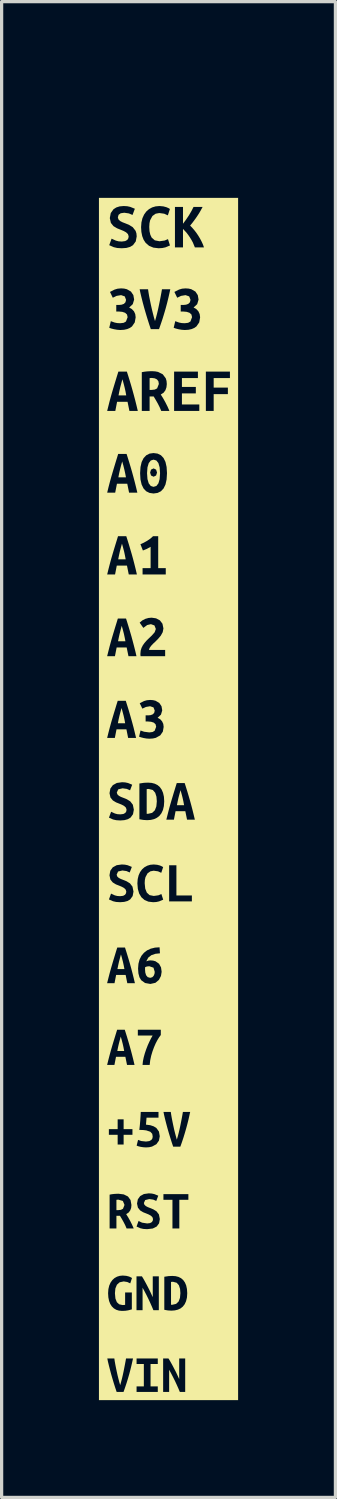
<source format=kicad_pcb>
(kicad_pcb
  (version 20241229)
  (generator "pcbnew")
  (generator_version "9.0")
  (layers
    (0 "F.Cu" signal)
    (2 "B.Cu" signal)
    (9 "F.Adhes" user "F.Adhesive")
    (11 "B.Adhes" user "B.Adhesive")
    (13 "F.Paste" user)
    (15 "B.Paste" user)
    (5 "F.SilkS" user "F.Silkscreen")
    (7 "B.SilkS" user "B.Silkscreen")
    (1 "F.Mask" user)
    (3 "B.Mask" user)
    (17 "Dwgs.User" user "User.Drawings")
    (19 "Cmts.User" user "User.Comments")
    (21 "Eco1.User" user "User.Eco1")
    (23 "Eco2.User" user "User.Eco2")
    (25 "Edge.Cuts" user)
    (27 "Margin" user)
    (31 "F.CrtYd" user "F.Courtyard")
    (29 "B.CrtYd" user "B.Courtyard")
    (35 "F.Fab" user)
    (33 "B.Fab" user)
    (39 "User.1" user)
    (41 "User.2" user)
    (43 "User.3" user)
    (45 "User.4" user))
  (footprint "kibuzzard-6461376B"
    (layer "F.Cu")
    (at 2.145 21.58)
    (property "Reference" "kibuzzard-6461376B" (at 0 -21.579 0) (layer "F.SilkS") (effects (font (size 0.001 0.001) (thickness 0.15))))
    (attr board_only exclude_from_pos_files exclude_from_bom)
    (fp_poly (pts (xy -1.472 7.324) (xy -1.504 7.44) (xy -1.532 7.549) (xy -1.557 7.657) (xy -1.579 7.769) (xy -1.367 7.769) (xy -1.388 7.657) (xy -1.412 7.549) (xy -1.44 7.44) (xy -1.472 7.324)) (stroke (width 0) (type solid)) (fill yes) (layer "F.SilkS"))
    (fp_poly (pts (xy -1.466 4.792) (xy -1.499 4.91) (xy -1.528 5.02) (xy -1.552 5.13) (xy -1.575 5.243) (xy -1.36 5.243) (xy -1.381 5.13) (xy -1.405 5.02) (xy -1.433 4.91) (xy -1.466 4.792)) (stroke (width 0) (type solid)) (fill yes) (layer "F.SilkS"))
    (fp_poly (pts (xy -1.448 -2.805) (xy -1.482 -2.682) (xy -1.512 -2.567) (xy -1.538 -2.454) (xy -1.561 -2.335) (xy -1.337 -2.335) (xy -1.359 -2.454) (xy -1.384 -2.567) (xy -1.414 -2.682) (xy -1.448 -2.805)) (stroke (width 0) (type solid)) (fill yes) (layer "F.SilkS"))
    (fp_poly (pts (xy -1.442 -5.338) (xy -1.476 -5.213) (xy -1.506 -5.097) (xy -1.532 -4.982) (xy -1.556 -4.862) (xy -1.329 -4.862) (xy -1.352 -4.982) (xy -1.377 -5.097) (xy -1.407 -5.213) (xy -1.442 -5.338)) (stroke (width 0) (type solid)) (fill yes) (layer "F.SilkS"))
    (fp_poly (pts (xy -1.435 -7.871) (xy -1.47 -7.745) (xy -1.501 -7.627) (xy -1.527 -7.51) (xy -1.551 -7.388) (xy -1.321 -7.388) (xy -1.344 -7.51) (xy -1.369 -7.627) (xy -1.4 -7.745) (xy -1.435 -7.871)) (stroke (width 0) (type solid)) (fill yes) (layer "F.SilkS"))
    (fp_poly (pts (xy -1.428 -10.405) (xy -1.464 -10.277) (xy -1.495 -10.157) (xy -1.522 -10.039) (xy -1.546 -9.915) (xy -1.312 -9.915) (xy -1.336 -10.039) (xy -1.362 -10.157) (xy -1.392 -10.277) (xy -1.428 -10.405)) (stroke (width 0) (type solid)) (fill yes) (layer "F.SilkS"))
    (fp_poly (pts (xy -1.421 -12.939) (xy -1.457 -12.809) (xy -1.489 -12.688) (xy -1.516 -12.568) (xy -1.541 -12.442) (xy -1.304 -12.442) (xy -1.327 -12.568) (xy -1.354 -12.688) (xy -1.385 -12.809) (xy -1.421 -12.939)) (stroke (width 0) (type solid)) (fill yes) (layer "F.SilkS"))
    (fp_poly (pts (xy -1.357 12.514) (xy -1.408 12.391) (xy -1.543 12.352) (xy -1.572 12.353) (xy -1.606 12.357) (xy -1.606 12.675) (xy -1.56 12.675) (xy -1.467 12.665) (xy -1.404 12.633) (xy -1.357 12.514)) (stroke (width 0) (type solid)) (fill yes) (layer "F.SilkS"))
    (fp_poly (pts (xy 0.37 -0.272) (xy 0.337 -0.151) (xy 0.307 -0.038) (xy 0.282 0.074) (xy 0.259 0.191) (xy 0.48 0.191) (xy 0.458 0.074) (xy 0.433 -0.038) (xy 0.404 -0.151) (xy 0.37 -0.272)) (stroke (width 0) (type solid)) (fill yes) (layer "F.SilkS"))
    (fp_poly (pts (xy -0.298 -12.793) (xy -0.312 -12.876) (xy -0.356 -12.934) (xy -0.424 -12.967) (xy -0.511 -12.979) (xy -0.544 -12.978) (xy -0.583 -12.973) (xy -0.583 -12.609) (xy -0.531 -12.609) (xy -0.424 -12.621) (xy -0.352 -12.657) (xy -0.298 -12.793)) (stroke (width 0) (type solid)) (fill yes) (layer "F.SilkS"))
    (fp_poly (pts (xy -0.673 0.456) (xy -0.653 0.457) (xy -0.633 0.457) (xy -0.505 0.428) (xy -0.421 0.348) (xy -0.375 0.227) (xy -0.361 0.072) (xy -0.372 -0.07) (xy -0.411 -0.192) (xy -0.485 -0.277) (xy -0.608 -0.309) (xy -0.64 -0.308) (xy -0.673 -0.303) (xy -0.673 0.456)) (stroke (width 0) (type solid)) (fill yes) (layer "F.SilkS"))
    (fp_poly (pts (xy 0.077 15.59) (xy 0.096 15.592) (xy 0.114 15.592) (xy 0.233 15.565) (xy 0.311 15.491) (xy 0.353 15.379) (xy 0.366 15.236) (xy 0.356 15.104) (xy 0.32 14.991) (xy 0.251 14.913) (xy 0.138 14.883) (xy 0.108 14.884) (xy 0.077 14.888) (xy 0.077 15.59)) (stroke (width 0) (type solid)) (fill yes) (layer "F.SilkS"))
    (fp_poly (pts (xy -0.592 5.156) (xy -0.662 5.163) (xy -0.72 5.183) (xy -0.723 5.215) (xy -0.724 5.249) (xy -0.717 5.347) (xy -0.692 5.432) (xy -0.643 5.491) (xy -0.566 5.513) (xy -0.502 5.495) (xy -0.458 5.451) (xy -0.433 5.392) (xy -0.425 5.33) (xy -0.463 5.201) (xy -0.592 5.156)) (stroke (width 0) (type solid)) (fill yes) (layer "F.SilkS"))
    (fp_poly (pts (xy -0.261 -10.043) (xy -0.274 -10.223) (xy -0.312 -10.354) (xy -0.375 -10.434) (xy -0.462 -10.461) (xy -0.547 -10.434) (xy -0.61 -10.354) (xy -0.649 -10.223) (xy -0.662 -10.043) (xy -0.649 -9.861) (xy -0.61 -9.729) (xy -0.547 -9.649) (xy -0.462 -9.622) (xy -0.46 -9.623) (xy -0.46 -9.934) (xy -0.539 -9.972) (xy -0.568 -10.062) (xy -0.539 -10.153) (xy -0.46 -10.191) (xy -0.383 -10.153) (xy -0.354 -10.062) (xy -0.383 -9.972) (xy -0.46 -9.934) (xy -0.46 -9.623) (xy -0.375 -9.649) (xy -0.312 -9.729) (xy -0.274 -9.861) (xy -0.261 -10.043)) (stroke (width 0) (type solid)) (fill yes) (layer "F.SilkS"))
    (fp_poly (pts (xy -1.893 -18.531) (xy -2.145 -18.531) (xy -2.145 18.531) (xy -1.893 18.531) (xy -1.599 18.531) (xy -1.599 18.279) (xy -1.64 18.157) (xy -1.684 18.019) (xy -1.727 17.875) (xy -1.769 17.73) (xy -1.806 17.59) (xy -1.84 17.458) (xy -1.868 17.341) (xy -1.887 17.248) (xy -1.67 17.248) (xy -1.658 17.334) (xy -1.64 17.434) (xy -1.619 17.541) (xy -1.596 17.652) (xy -1.571 17.764) (xy -1.544 17.873) (xy -1.517 17.977) (xy -1.49 18.069) (xy -1.464 17.978) (xy -1.437 17.875) (xy -1.436 17.871) (xy -1.436 15.781) (xy -1.529 15.772) (xy -1.612 15.746) (xy -1.685 15.703) (xy -1.747 15.643) (xy -1.796 15.567) (xy -1.833 15.473) (xy -1.855 15.363) (xy -1.863 15.236) (xy -1.854 15.111) (xy -1.828 15.001) (xy -1.786 14.907) (xy -1.731 14.829) (xy -1.665 14.769) (xy -1.588 14.726) (xy -1.502 14.7) (xy -1.411 14.691) (xy -1.302 14.7) (xy -1.218 14.721) (xy -1.16 14.747) (xy -1.126 14.767) (xy -1.18 14.932) (xy -1.271 14.89) (xy -1.382 14.872) (xy -1.507 14.899) (xy -1.591 14.974) (xy -1.638 15.088) (xy -1.652 15.236) (xy -1.637 15.399) (xy -1.593 15.512) (xy -1.52 15.578) (xy -1.419 15.6) (xy -1.379 15.599) (xy -1.338 15.594) (xy -1.338 15.212) (xy -1.131 15.212) (xy -1.131 15.734) (xy -1.246 15.764) (xy -1.333 15.777) (xy -1.436 15.781) (xy -1.436 17.871) (xy -1.411 17.765) (xy -1.387 17.654) (xy -1.365 17.543) (xy -1.344 17.434) (xy -1.325 17.334) (xy -1.31 17.248) (xy -1.095 17.248) (xy -1.118 17.354) (xy -1.145 17.471) (xy -1.176 17.598) (xy -1.211 17.73) (xy -1.251 17.867) (xy -1.294 18.007) (xy -1.34 18.145) (xy -1.387 18.279) (xy -1.599 18.279) (xy -1.599 18.531) (xy -1.073 18.531) (xy -1.073 13.239) (xy -1.293 13.239) (xy -1.336 13.138) (xy -1.385 13.042) (xy -1.439 12.946) (xy -1.497 12.849) (xy -1.606 12.849) (xy -1.606 13.239) (xy -1.816 13.239) (xy -1.816 12.197) (xy -1.749 12.184) (xy -1.674 12.175) (xy -1.603 12.171) (xy -1.543 12.169) (xy -1.384 12.189) (xy -1.384 10.653) (xy -1.568 10.653) (xy -1.568 10.352) (xy -1.839 10.352) (xy -1.839 10.177) (xy -1.568 10.177) (xy -1.568 9.876) (xy -1.384 9.876) (xy -1.384 10.177) (xy -1.279 10.177) (xy -1.279 8.199) (xy -1.33 7.948) (xy -1.619 7.948) (xy -1.668 8.199) (xy -1.893 8.199) (xy -1.854 8.042) (xy -1.815 7.892) (xy -1.776 7.749) (xy -1.737 7.614) (xy -1.698 7.484) (xy -1.659 7.357) (xy -1.621 7.233) (xy -1.584 7.113) (xy -1.349 7.113) (xy -1.311 7.234) (xy -1.272 7.359) (xy -1.271 7.364) (xy -1.271 5.678) (xy -1.322 5.424) (xy -1.615 5.424) (xy -1.665 5.678) (xy -1.893 5.678) (xy -1.853 5.519) (xy -1.814 5.368) (xy -1.774 5.223) (xy -1.734 5.086) (xy -1.695 4.954) (xy -1.656 4.826) (xy -1.618 4.7) (xy -1.58 4.579) (xy -1.491 4.579) (xy -1.491 3.182) (xy -1.616 3.174) (xy -1.712 3.152) (xy -1.837 3.097) (xy -1.772 2.917) (xy -1.656 2.971) (xy -1.581 2.99) (xy -1.491 2.996) (xy -1.398 2.985) (xy -1.34 2.952) (xy -1.31 2.905) (xy -1.302 2.852) (xy -1.322 2.791) (xy -1.372 2.743) (xy -1.44 2.706) (xy -1.516 2.674) (xy -1.621 2.633) (xy -1.719 2.573) (xy -1.792 2.484) (xy -1.82 2.352) (xy -1.795 2.212) (xy -1.719 2.107) (xy -1.598 2.041) (xy -1.485 2.025) (xy -1.485 0.662) (xy -1.612 0.654) (xy -1.71 0.632) (xy -1.836 0.576) (xy -1.77 0.394) (xy -1.652 0.448) (xy -1.576 0.468) (xy -1.485 0.474) (xy -1.391 0.462) (xy -1.332 0.429) (xy -1.302 0.382) (xy -1.294 0.328) (xy -1.314 0.266) (xy -1.365 0.218) (xy -1.434 0.179) (xy -1.511 0.147) (xy -1.617 0.105) (xy -1.716 0.045) (xy -1.79 -0.045) (xy -1.819 -0.179) (xy -1.793 -0.321) (xy -1.716 -0.427) (xy -1.594 -0.494) (xy -1.432 -0.517) (xy -1.335 -0.511) (xy -1.251 -0.493) (xy -1.245 -0.491) (xy -1.245 -1.882) (xy -1.298 -2.147) (xy -1.603 -2.147) (xy -1.655 -1.882) (xy -1.892 -1.882) (xy -1.851 -2.048) (xy -1.81 -2.206) (xy -1.769 -2.356) (xy -1.727 -2.499) (xy -1.686 -2.636) (xy -1.645 -2.77) (xy -1.606 -2.9) (xy -1.566 -3.027) (xy -1.318 -3.027) (xy -1.278 -2.899) (xy -1.237 -2.768) (xy -1.235 -2.761) (xy -1.235 -4.402) (xy -1.29 -4.67) (xy -1.599 -4.67) (xy -1.652 -4.402) (xy -1.892 -4.402) (xy -1.85 -4.57) (xy -1.809 -4.73) (xy -1.767 -4.883) (xy -1.725 -5.028) (xy -1.683 -5.167) (xy -1.642 -5.303) (xy -1.601 -5.435) (xy -1.562 -5.563) (xy -1.31 -5.563) (xy -1.269 -5.434) (xy -1.228 -5.3) (xy -1.226 -5.293) (xy -1.226 -6.922) (xy -1.281 -7.194) (xy -1.595 -7.194) (xy -1.648 -6.922) (xy -1.891 -6.922) (xy -1.849 -7.093) (xy -1.807 -7.255) (xy -1.765 -7.41) (xy -1.722 -7.557) (xy -1.68 -7.698) (xy -1.638 -7.836) (xy -1.597 -7.969) (xy -1.557 -8.1) (xy -1.302 -8.1) (xy -1.26 -7.968) (xy -1.218 -7.833) (xy -1.216 -7.825) (xy -1.216 -9.443) (xy -1.272 -9.718) (xy -1.59 -9.718) (xy -1.644 -9.443) (xy -1.891 -9.443) (xy -1.849 -9.615) (xy -1.806 -9.78) (xy -1.763 -9.937) (xy -1.719 -10.086) (xy -1.676 -10.229) (xy -1.634 -10.369) (xy -1.592 -10.505) (xy -1.552 -10.637) (xy -1.293 -10.637) (xy -1.251 -10.504) (xy -1.208 -10.366) (xy -1.206 -10.358) (xy -1.206 -11.963) (xy -1.263 -12.243) (xy -1.586 -12.243) (xy -1.64 -11.963) (xy -1.891 -11.963) (xy -1.856 -12.103) (xy -1.822 -12.239) (xy -1.787 -12.37) (xy -1.752 -12.495) (xy -1.717 -12.615) (xy -1.673 -12.761) (xy -1.63 -12.902) (xy -1.588 -13.04) (xy -1.546 -13.174) (xy -1.485 -13.174) (xy -1.485 -14.457) (xy -1.582 -14.464) (xy -1.679 -14.481) (xy -1.766 -14.503) (xy -1.827 -14.525) (xy -1.779 -14.729) (xy -1.661 -14.687) (xy -1.582 -14.671) (xy -1.487 -14.666) (xy -1.381 -14.679) (xy -1.312 -14.719) (xy -1.261 -14.852) (xy -1.28 -14.935) (xy -1.338 -14.988) (xy -1.426 -15.017) (xy -1.535 -15.027) (xy -1.611 -15.027) (xy -1.611 -15.23) (xy -1.519 -15.23) (xy -1.444 -15.238) (xy -1.376 -15.263) (xy -1.328 -15.311) (xy -1.309 -15.387) (xy -1.349 -15.493) (xy -1.462 -15.532) (xy -1.6 -15.509) (xy -1.718 -15.452) (xy -1.805 -15.631) (xy -1.663 -15.703) (xy -1.569 -15.731) (xy -1.464 -15.74) (xy -1.441 -15.739) (xy -1.441 -16.977) (xy -1.58 -16.985) (xy -1.689 -17.01) (xy -1.828 -17.072) (xy -1.755 -17.273) (xy -1.625 -17.213) (xy -1.541 -17.191) (xy -1.441 -17.184) (xy -1.337 -17.198) (xy -1.271 -17.234) (xy -1.238 -17.286) (xy -1.229 -17.346) (xy -1.251 -17.414) (xy -1.308 -17.468) (xy -1.384 -17.51) (xy -1.469 -17.545) (xy -1.586 -17.592) (xy -1.696 -17.658) (xy -1.777 -17.758) (xy -1.81 -17.906) (xy -1.781 -18.062) (xy -1.696 -18.18) (xy -1.61 -18.235) (xy -1.506 -18.268) (xy -1.382 -18.279) (xy -1.275 -18.273) (xy -1.182 -18.253) (xy -1.038 -18.195) (xy -1.11 -18.003) (xy -1.222 -18.051) (xy -1.364 -18.072) (xy -1.474 -18.056) (xy -1.54 -18.008) (xy -1.562 -17.928) (xy -1.542 -17.865) (xy -1.49 -17.816) (xy -1.42 -17.779) (xy -1.342 -17.749) (xy -1.22 -17.7) (xy -1.103 -17.627) (xy -1.015 -17.514) (xy -0.99 -17.438) (xy -0.981 -17.344) (xy -1.01 -17.188) (xy -1.095 -17.073) (xy -1.184 -17.019) (xy -1.299 -16.987) (xy -1.441 -16.977) (xy -1.441 -15.739) (xy -1.367 -15.734) (xy -1.284 -15.714) (xy -1.158 -15.642) (xy -1.084 -15.532) (xy -1.06 -15.395) (xy -1.102 -15.254) (xy -1.213 -15.15) (xy -1.129 -15.101) (xy -1.065 -15.033) (xy -1.026 -14.948) (xy -1.013 -14.848) (xy -1.041 -14.691) (xy -1.126 -14.567) (xy -1.191 -14.521) (xy -1.273 -14.486) (xy -1.371 -14.464) (xy -1.485 -14.457) (xy -1.485 -13.174) (xy -1.284 -13.174) (xy -1.241 -13.039) (xy -1.198 -12.9) (xy -1.155 -12.757) (xy -1.113 -12.61) (xy -1.071 -12.457) (xy -1.029 -12.299) (xy -0.988 -12.134) (xy -0.947 -11.963) (xy -1.206 -11.963) (xy -1.206 -10.358) (xy -1.166 -10.225) (xy -1.124 -10.08) (xy -1.083 -9.93) (xy -1.042 -9.774) (xy -1.001 -9.611) (xy -0.961 -9.443) (xy -1.216 -9.443) (xy -1.216 -7.825) (xy -1.177 -7.694) (xy -1.135 -7.551) (xy -1.094 -7.403) (xy -1.054 -7.249) (xy -1.014 -7.089) (xy -0.975 -6.922) (xy -1.226 -6.922) (xy -1.226 -5.293) (xy -1.187 -5.163) (xy -1.146 -5.022) (xy -1.106 -4.876) (xy -1.066 -4.724) (xy -1.026 -4.566) (xy -0.988 -4.402) (xy -1.235 -4.402) (xy -1.235 -2.761) (xy -1.197 -2.632) (xy -1.157 -2.493) (xy -1.117 -2.349) (xy -1.077 -2.2) (xy -1.039 -2.044) (xy -1 -1.882) (xy -1.245 -1.882) (xy -1.245 -0.491) (xy -1.12 -0.44) (xy -1.186 -0.267) (xy -1.287 -0.311) (xy -1.416 -0.329) (xy -1.55 -0.297) (xy -1.595 -0.199) (xy -1.576 -0.142) (xy -1.53 -0.098) (xy -1.466 -0.064) (xy -1.396 -0.037) (xy -1.285 0.008) (xy -1.18 0.073) (xy -1.1 0.176) (xy -1.069 0.33) (xy -1.095 0.47) (xy -1.172 0.575) (xy -1.253 0.623) (xy -1.357 0.652) (xy -1.485 0.662) (xy -1.485 2.025) (xy -1.439 2.019) (xy -1.343 2.025) (xy -1.26 2.042) (xy -1.131 2.094) (xy -1.196 2.265) (xy -1.296 2.222) (xy -1.422 2.204) (xy -1.555 2.236) (xy -1.599 2.332) (xy -1.581 2.389) (xy -1.535 2.432) (xy -1.472 2.465) (xy -1.403 2.492) (xy -1.294 2.536) (xy -1.189 2.601) (xy -1.111 2.702) (xy -1.08 2.854) (xy -1.106 2.993) (xy -1.182 3.096) (xy -1.262 3.144) (xy -1.365 3.172) (xy -1.491 3.182) (xy -1.491 4.579) (xy -1.342 4.579) (xy -1.303 4.701) (xy -1.264 4.828) (xy -1.225 4.958) (xy -1.186 5.091) (xy -1.148 5.23) (xy -1.11 5.374) (xy -1.073 5.523) (xy -1.036 5.678) (xy -1.271 5.678) (xy -1.271 7.364) (xy -1.234 7.487) (xy -1.196 7.619) (xy -1.158 7.756) (xy -1.121 7.898) (xy -1.084 8.045) (xy -1.048 8.199) (xy -1.279 8.199) (xy -1.279 10.177) (xy -1.112 10.177) (xy -1.112 10.352) (xy -1.384 10.352) (xy -1.384 10.653) (xy -1.384 12.189) (xy -1.379 12.19) (xy -1.252 12.253) (xy -1.171 12.362) (xy -1.143 12.516) (xy -1.152 12.604) (xy -1.181 12.684) (xy -1.231 12.75) (xy -1.305 12.798) (xy -1.244 12.896) (xy -1.181 13.009) (xy -1.122 13.127) (xy -1.073 13.239) (xy -1.073 18.531) (xy -0.985 18.531) (xy -0.985 18.279) (xy -0.985 18.109) (xy -0.761 18.109) (xy -0.761 17.418) (xy -0.985 17.418) (xy -0.985 17.248) (xy -0.466 17.248) (xy -0.466 15.759) (xy -0.515 15.643) (xy -0.566 15.528) (xy -0.62 15.412) (xy -0.677 15.297) (xy -0.737 15.181) (xy -0.8 15.066) (xy -0.8 15.759) (xy -0.987 15.759) (xy -0.987 14.715) (xy -0.82 14.715) (xy -0.773 14.792) (xy -0.726 14.876) (xy -0.679 14.963) (xy -0.658 15.003) (xy -0.658 13.261) (xy -0.776 13.254) (xy -0.868 13.233) (xy -0.986 13.181) (xy -0.924 13.01) (xy -0.814 13.061) (xy -0.658 13.085) (xy -0.57 13.074) (xy -0.514 13.043) (xy -0.486 12.999) (xy -0.478 12.948) (xy -0.497 12.89) (xy -0.545 12.845) (xy -0.61 12.809) (xy -0.682 12.779) (xy -0.781 12.74) (xy -0.874 12.684) (xy -0.943 12.599) (xy -0.971 12.473) (xy -0.946 12.341) (xy -0.874 12.241) (xy -0.759 12.178) (xy -0.694 12.169) (xy -0.694 10.741) (xy -0.778 10.736) (xy -0.862 10.723) (xy -0.933 10.705) (xy -0.983 10.686) (xy -0.939 10.509) (xy -0.842 10.544) (xy -0.695 10.56) (xy -0.592 10.546) (xy -0.528 10.51) (xy -0.496 10.461) (xy -0.488 10.404) (xy -0.502 10.322) (xy -0.561 10.258) (xy -0.687 10.216) (xy -0.781 10.205) (xy -0.9 10.201) (xy -0.884 10.057) (xy -0.872 9.917) (xy -0.863 9.78) (xy -0.856 9.648) (xy -0.801 9.648) (xy -0.801 8.199) (xy -0.789 8.083) (xy -0.764 7.961) (xy -0.729 7.836) (xy -0.687 7.713) (xy -0.641 7.594) (xy -0.59 7.481) (xy -0.539 7.379) (xy -0.49 7.292) (xy -0.946 7.292) (xy -0.946 7.113) (xy -0.56 7.113) (xy -0.56 5.702) (xy -0.723 5.673) (xy -0.842 5.587) (xy -0.896 5.496) (xy -0.928 5.377) (xy -0.939 5.229) (xy -0.927 5.078) (xy -0.892 4.947) (xy -0.835 4.834) (xy -0.757 4.741) (xy -0.662 4.667) (xy -0.548 4.614) (xy -0.476 4.597) (xy -0.476 3.182) (xy -0.62 3.165) (xy -0.74 3.114) (xy -0.836 3.03) (xy -0.905 2.915) (xy -0.946 2.772) (xy -0.96 2.6) (xy -0.95 2.469) (xy -0.922 2.354) (xy -0.877 2.254) (xy -0.817 2.171) (xy -0.743 2.105) (xy -0.657 2.058) (xy -0.657 0.653) (xy -0.775 0.646) (xy -0.898 0.625) (xy -0.898 -0.477) (xy -0.754 -0.499) (xy -0.628 -0.504) (xy -0.59 -0.501) (xy -0.59 -1.858) (xy -0.679 -1.864) (xy -0.77 -1.88) (xy -0.851 -1.901) (xy -0.908 -1.921) (xy -0.863 -2.111) (xy -0.753 -2.073) (xy -0.592 -2.052) (xy -0.492 -2.065) (xy -0.428 -2.102) (xy -0.381 -2.226) (xy -0.399 -2.303) (xy -0.453 -2.353) (xy -0.535 -2.38) (xy -0.636 -2.389) (xy -0.706 -2.389) (xy -0.706 -2.578) (xy -0.621 -2.578) (xy -0.551 -2.585) (xy -0.488 -2.609) (xy -0.443 -2.653) (xy -0.425 -2.724) (xy -0.463 -2.823) (xy -0.568 -2.859) (xy -0.696 -2.837) (xy -0.806 -2.785) (xy -0.888 -2.951) (xy -0.755 -3.019) (xy -0.668 -3.044) (xy -0.569 -3.053) (xy -0.479 -3.047) (xy -0.402 -3.029) (xy -0.285 -2.961) (xy -0.216 -2.859) (xy -0.194 -2.731) (xy -0.233 -2.6) (xy -0.336 -2.504) (xy -0.257 -2.458) (xy -0.199 -2.394) (xy -0.162 -2.315) (xy -0.15 -2.222) (xy -0.175 -2.076) (xy -0.255 -1.961) (xy -0.392 -1.885) (xy -0.483 -1.865) (xy -0.59 -1.858) (xy -0.59 -0.501) (xy -0.521 -0.496) (xy -0.424 -0.471) (xy -0.339 -0.429) (xy -0.268 -0.368) (xy -0.211 -0.288) (xy -0.169 -0.189) (xy -0.142 -0.07) (xy -0.133 0.072) (xy -0.143 0.218) (xy -0.172 0.34) (xy -0.219 0.44) (xy -0.281 0.52) (xy -0.357 0.579) (xy -0.446 0.621) (xy -0.547 0.645) (xy -0.657 0.653) (xy -0.657 2.058) (xy -0.657 2.057) (xy -0.56 2.028) (xy -0.454 2.019) (xy -0.347 2.029) (xy -0.263 2.051) (xy -0.203 2.078) (xy -0.166 2.1) (xy -0.224 2.276) (xy -0.324 2.23) (xy -0.458 2.211) (xy -0.559 2.23) (xy -0.648 2.293) (xy -0.711 2.411) (xy -0.729 2.494) (xy -0.735 2.595) (xy -0.718 2.763) (xy -0.669 2.887) (xy -0.583 2.964) (xy -0.454 2.989) (xy -0.311 2.969) (xy -0.22 2.93) (xy -0.164 3.104) (xy -0.291 3.157) (xy -0.377 3.176) (xy -0.476 3.182) (xy -0.476 4.597) (xy -0.419 4.582) (xy -0.276 4.572) (xy -0.264 4.758) (xy -0.402 4.772) (xy -0.527 4.814) (xy -0.625 4.89) (xy -0.686 5.005) (xy -0.621 4.983) (xy -0.564 4.975) (xy -0.475 4.982) (xy -0.401 5.003) (xy -0.292 5.08) (xy -0.231 5.192) (xy -0.212 5.327) (xy -0.233 5.456) (xy -0.296 5.577) (xy -0.404 5.667) (xy -0.56 5.702) (xy -0.56 7.113) (xy -0.238 7.113) (xy -0.238 7.276) (xy -0.287 7.342) (xy -0.341 7.429) (xy -0.396 7.534) (xy -0.447 7.652) (xy -0.494 7.78) (xy -0.535 7.917) (xy -0.565 8.058) (xy -0.581 8.199) (xy -0.801 8.199) (xy -0.801 9.648) (xy -0.309 9.648) (xy -0.309 9.824) (xy -0.678 9.824) (xy -0.687 9.94) (xy -0.695 10.039) (xy -0.564 10.056) (xy -0.458 10.091) (xy -0.375 10.142) (xy -0.296 10.251) (xy -0.27 10.395) (xy -0.296 10.533) (xy -0.375 10.643) (xy -0.508 10.715) (xy -0.595 10.735) (xy -0.694 10.741) (xy -0.694 12.169) (xy -0.608 12.157) (xy -0.517 12.163) (xy -0.438 12.18) (xy -0.316 12.229) (xy -0.378 12.391) (xy -0.472 12.35) (xy -0.593 12.333) (xy -0.719 12.364) (xy -0.76 12.455) (xy -0.743 12.508) (xy -0.7 12.549) (xy -0.64 12.581) (xy -0.574 12.607) (xy -0.471 12.649) (xy -0.372 12.71) (xy -0.297 12.806) (xy -0.268 12.95) (xy -0.292 13.082) (xy -0.365 13.18) (xy -0.486 13.241) (xy -0.658 13.261) (xy -0.658 15.003) (xy -0.634 15.049) (xy -0.591 15.134) (xy -0.551 15.216) (xy -0.486 15.358) (xy -0.486 14.715) (xy -0.299 14.715) (xy -0.299 15.759) (xy -0.466 15.759) (xy -0.466 17.248) (xy -0.331 17.248) (xy -0.331 17.418) (xy -0.554 17.418) (xy -0.554 18.109) (xy -0.331 18.109) (xy -0.331 18.279) (xy -0.985 18.279) (xy -0.985 18.531) (xy 0.349 18.531) (xy 0.349 18.279) (xy 0.301 18.165) (xy 0.25 18.051) (xy 0.197 17.937) (xy 0.14 17.823) (xy 0.081 17.709) (xy 0.019 17.594) (xy 0.019 18.279) (xy -0.166 18.279) (xy -0.166 17.248) (xy -0.001 17.248) (xy 0.046 17.324) (xy 0.092 17.407) (xy 0.092 15.773) (xy -0.016 15.767) (xy -0.13 15.747) (xy -0.13 14.728) (xy 0.003 14.708) (xy 0.119 14.703) (xy 0.218 14.71) (xy 0.308 14.733) (xy 0.333 14.746) (xy 0.333 13.239) (xy 0.121 13.239) (xy 0.121 12.356) (xy -0.157 12.356) (xy -0.157 12.181) (xy 0.144 12.181) (xy 0.144 10.719) (xy 0.101 10.592) (xy 0.056 10.449) (xy 0.01 10.298) (xy -0.033 10.149) (xy -0.072 10.003) (xy -0.107 9.866) (xy -0.136 9.744) (xy -0.155 9.648) (xy -0.104 9.648) (xy -0.104 -4.402) (xy -0.862 -4.402) (xy -0.867 -4.449) (xy -0.866 -4.488) (xy -0.857 -4.579) (xy -0.831 -4.661) (xy -0.792 -4.737) (xy -0.743 -4.806) (xy -0.688 -4.871) (xy -0.629 -4.93) (xy -0.514 -5.04) (xy -0.426 -5.141) (xy -0.391 -5.241) (xy -0.434 -5.35) (xy -0.543 -5.389) (xy -0.658 -5.362) (xy -0.776 -5.274) (xy -0.89 -5.436) (xy -0.809 -5.504) (xy -0.717 -5.552) (xy -0.618 -5.58) (xy -0.521 -5.589) (xy -0.384 -5.569) (xy -0.267 -5.507) (xy -0.187 -5.403) (xy -0.157 -5.257) (xy -0.179 -5.142) (xy -0.239 -5.034) (xy -0.324 -4.933) (xy -0.419 -4.839) (xy -0.476 -4.786) (xy -0.536 -4.722) (xy -0.584 -4.655) (xy -0.603 -4.594) (xy -0.104 -4.594) (xy -0.104 -4.402) (xy -0.104 9.648) (xy -0.085 9.648) (xy -0.085 -6.922) (xy -0.8 -6.922) (xy -0.8 -7.116) (xy -0.552 -7.116) (xy -0.552 -7.774) (xy -0.674 -7.707) (xy -0.79 -7.66) (xy -0.866 -7.854) (xy -0.767 -7.898) (xy -0.661 -7.957) (xy -0.56 -8.026) (xy -0.478 -8.1) (xy -0.462 -8.1) (xy -0.462 -9.417) (xy -0.586 -9.435) (xy -0.689 -9.486) (xy -0.77 -9.572) (xy -0.829 -9.693) (xy -0.865 -9.85) (xy -0.876 -10.043) (xy -0.864 -10.233) (xy -0.828 -10.389) (xy -0.768 -10.509) (xy -0.686 -10.595) (xy -0.584 -10.647) (xy -0.462 -10.664) (xy -0.337 -10.647) (xy -0.234 -10.596) (xy -0.153 -10.51) (xy -0.094 -10.39) (xy -0.059 -10.234) (xy -0.047 -10.043) (xy -0.059 -9.85) (xy -0.094 -9.693) (xy -0.153 -9.572) (xy -0.234 -9.486) (xy -0.337 -9.435) (xy -0.462 -9.417) (xy -0.462 -8.1) (xy -0.318 -8.1) (xy -0.318 -7.116) (xy -0.085 -7.116) (xy -0.085 -6.922) (xy -0.085 9.648) (xy 0.07 9.648) (xy 0.083 9.737) (xy 0.101 9.84) (xy 0.123 9.952) (xy 0.147 10.067) (xy 0.172 10.183) (xy 0.2 10.297) (xy 0.229 10.405) (xy 0.256 10.501) (xy 0.284 10.406) (xy 0.312 10.299) (xy 0.339 10.185) (xy 0.364 10.069) (xy 0.387 9.954) (xy 0.409 9.841) (xy 0.428 9.737) (xy 0.443 9.648) (xy 0.667 9.648) (xy 0.643 9.757) (xy 0.616 9.879) (xy 0.583 10.011) (xy 0.546 10.149) (xy 0.505 10.291) (xy 0.461 10.436) (xy 0.413 10.58) (xy 0.364 10.719) (xy 0.144 10.719) (xy 0.144 12.181) (xy 0.612 12.181) (xy 0.612 12.356) (xy 0.333 12.356) (xy 0.333 13.239) (xy 0.333 14.746) (xy 0.386 14.772) (xy 0.452 14.829) (xy 0.504 14.902) (xy 0.544 14.994) (xy 0.568 15.105) (xy 0.577 15.236) (xy 0.568 15.37) (xy 0.54 15.483) (xy 0.497 15.576) (xy 0.44 15.649) (xy 0.37 15.705) (xy 0.287 15.743) (xy 0.194 15.765) (xy 0.092 15.773) (xy 0.092 17.407) (xy 0.093 17.407) (xy 0.139 17.493) (xy 0.183 17.578) (xy 0.226 17.661) (xy 0.265 17.743) (xy 0.329 17.883) (xy 0.329 17.248) (xy 0.514 17.248) (xy 0.514 18.279) (xy 0.349 18.279) (xy 0.349 18.531) (xy 0.72 18.531) (xy 0.72 3.158) (xy 0.019 3.158) (xy 0.019 2.044) (xy 0.243 2.044) (xy 0.243 2.975) (xy 0.571 2.975) (xy 0.571 0.638) (xy 0.518 0.377) (xy 0.217 0.377) (xy 0.166 0.638) (xy -0.068 0.638) (xy -0.027 0.475) (xy 0.013 0.319) (xy 0.027 0.267) (xy 0.027 -11.963) (xy -0.225 -11.963) (xy -0.274 -12.078) (xy -0.33 -12.189) (xy -0.392 -12.298) (xy -0.458 -12.409) (xy -0.583 -12.409) (xy -0.583 -11.963) (xy -0.824 -11.963) (xy -0.824 -13.157) (xy -0.747 -13.171) (xy -0.662 -13.181) (xy -0.579 -13.186) (xy -0.546 -13.187) (xy -0.546 -14.483) (xy -0.595 -14.629) (xy -0.647 -14.793) (xy -0.682 -14.908) (xy -0.716 -15.023) (xy -0.749 -15.137) (xy -0.794 -15.304) (xy -0.834 -15.462) (xy -0.867 -15.601) (xy -0.89 -15.712) (xy -0.631 -15.712) (xy -0.616 -15.609) (xy -0.596 -15.491) (xy -0.57 -15.363) (xy -0.543 -15.231) (xy -0.513 -15.098) (xy -0.481 -14.967) (xy -0.449 -14.843) (xy -0.417 -14.733) (xy -0.385 -14.842) (xy -0.353 -14.965) (xy -0.322 -15.096) (xy -0.304 -15.182) (xy -0.304 -16.977) (xy -0.466 -16.996) (xy -0.6 -17.052) (xy -0.707 -17.146) (xy -0.768 -17.24) (xy -0.811 -17.351) (xy -0.837 -17.481) (xy -0.846 -17.628) (xy -0.835 -17.775) (xy -0.804 -17.904) (xy -0.753 -18.016) (xy -0.686 -18.109) (xy -0.603 -18.182) (xy -0.506 -18.236) (xy -0.398 -18.268) (xy -0.279 -18.279) (xy -0.16 -18.268) (xy -0.066 -18.243) (xy 0.002 -18.213) (xy 0.043 -18.188) (xy -0.021 -17.991) (xy -0.133 -18.042) (xy -0.284 -18.063) (xy -0.397 -18.042) (xy -0.496 -17.972) (xy -0.567 -17.84) (xy -0.587 -17.747) (xy -0.594 -17.634) (xy -0.586 -17.503) (xy -0.561 -17.393) (xy -0.52 -17.306) (xy -0.423 -17.221) (xy -0.279 -17.193) (xy -0.119 -17.215) (xy -0.017 -17.259) (xy 0.045 -17.063) (xy -0.097 -17.004) (xy -0.194 -16.984) (xy -0.304 -16.977) (xy -0.304 -15.182) (xy -0.294 -15.229) (xy -0.267 -15.361) (xy -0.242 -15.49) (xy -0.22 -15.609) (xy -0.202 -15.712) (xy 0.054 -15.712) (xy 0.027 -15.586) (xy -0.005 -15.446) (xy -0.042 -15.295) (xy -0.084 -15.137) (xy -0.115 -15.029) (xy -0.148 -14.919) (xy -0.182 -14.808) (xy -0.219 -14.697) (xy -0.256 -14.589) (xy -0.294 -14.483) (xy -0.546 -14.483) (xy -0.546 -13.187) (xy -0.511 -13.188) (xy -0.412 -13.182) (xy -0.323 -13.165) (xy -0.178 -13.092) (xy -0.085 -12.968) (xy -0.061 -12.886) (xy -0.053 -12.791) (xy -0.064 -12.69) (xy -0.096 -12.599) (xy -0.153 -12.523) (xy -0.239 -12.468) (xy -0.168 -12.355) (xy -0.096 -12.226) (xy -0.028 -12.091) (xy 0.027 -11.963) (xy 0.027 0.267) (xy 0.054 0.171) (xy 0.095 0.03) (xy 0.136 -0.106) (xy 0.172 -0.227) (xy 0.172 -11.963) (xy 0.172 -13.174) (xy 0.501 -13.174) (xy 0.501 -14.457) (xy 0.405 -14.464) (xy 0.307 -14.481) (xy 0.221 -14.503) (xy 0.159 -14.525) (xy 0.207 -14.729) (xy 0.325 -14.687) (xy 0.405 -14.671) (xy 0.499 -14.666) (xy 0.605 -14.679) (xy 0.675 -14.719) (xy 0.725 -14.852) (xy 0.706 -14.935) (xy 0.648 -14.988) (xy 0.56 -15.017) (xy 0.451 -15.027) (xy 0.376 -15.027) (xy 0.376 -15.23) (xy 0.467 -15.23) (xy 0.543 -15.238) (xy 0.61 -15.263) (xy 0.659 -15.311) (xy 0.678 -15.387) (xy 0.637 -15.493) (xy 0.525 -15.532) (xy 0.387 -15.509) (xy 0.268 -15.452) (xy 0.181 -15.631) (xy 0.323 -15.703) (xy 0.417 -15.731) (xy 0.523 -15.74) (xy 0.619 -15.734) (xy 0.703 -15.714) (xy 0.813 -15.651) (xy 0.813 -17.003) (xy 0.75 -17.155) (xy 0.706 -17.236) (xy 0.658 -17.314) (xy 0.606 -17.39) (xy 0.552 -17.46) (xy 0.446 -17.574) (xy 0.446 -17.003) (xy 0.198 -17.003) (xy 0.198 -18.251) (xy 0.446 -18.251) (xy 0.446 -17.733) (xy 0.539 -17.858) (xy 0.631 -17.995) (xy 0.71 -18.13) (xy 0.771 -18.251) (xy 1.051 -18.251) (xy 0.984 -18.127) (xy 0.942 -18.056) (xy 0.894 -17.982) (xy 0.842 -17.905) (xy 0.786 -17.828) (xy 0.727 -17.75) (xy 0.666 -17.676) (xy 0.729 -17.611) (xy 0.793 -17.537) (xy 0.856 -17.456) (xy 0.915 -17.369) (xy 0.97 -17.278) (xy 1.019 -17.185) (xy 1.061 -17.093) (xy 1.093 -17.003) (xy 0.813 -17.003) (xy 0.813 -15.651) (xy 0.829 -15.642) (xy 0.902 -15.532) (xy 0.926 -15.395) (xy 0.884 -15.254) (xy 0.773 -15.15) (xy 0.858 -15.101) (xy 0.921 -15.033) (xy 0.96 -14.948) (xy 0.974 -14.848) (xy 0.946 -14.691) (xy 0.86 -14.567) (xy 0.795 -14.521) (xy 0.713 -14.486) (xy 0.616 -14.464) (xy 0.501 -14.457) (xy 0.501 -13.174) (xy 0.906 -13.174) (xy 0.906 -12.975) (xy 0.413 -12.975) (xy 0.413 -12.703) (xy 0.842 -12.703) (xy 0.842 -12.503) (xy 0.413 -12.503) (xy 0.413 -12.162) (xy 0.949 -12.162) (xy 0.949 -11.963) (xy 0.172 -11.963) (xy 0.172 -0.227) (xy 0.176 -0.238) (xy 0.215 -0.366) (xy 0.254 -0.491) (xy 0.498 -0.491) (xy 0.538 -0.365) (xy 0.578 -0.236) (xy 0.618 -0.102) (xy 0.658 0.035) (xy 0.697 0.177) (xy 0.736 0.325) (xy 0.774 0.479) (xy 0.812 0.638) (xy 0.571 0.638) (xy 0.571 2.975) (xy 0.72 2.975) (xy 0.72 3.158) (xy 0.72 18.531) (xy 1.151 18.531) (xy 1.151 -11.963) (xy 1.151 -13.174) (xy 1.893 -13.174) (xy 1.893 -12.975) (xy 1.392 -12.975) (xy 1.392 -12.681) (xy 1.83 -12.681) (xy 1.83 -12.481) (xy 1.392 -12.481) (xy 1.392 -11.963) (xy 1.151 -11.963) (xy 1.151 18.531) (xy 1.893 18.531) (xy 2.145 18.531) (xy 2.145 -18.531) (xy 1.893 -18.531) (xy -1.893 -18.531)) (stroke (width 0) (type solid)) (fill yes) (layer "F.SilkS")))
  (gr_rect
    (start -3 -3)
    (end 7.29 43.111)
    (stroke (width 0.1) (type default))
    (fill no)
    (layer "Edge.Cuts")))
</source>
